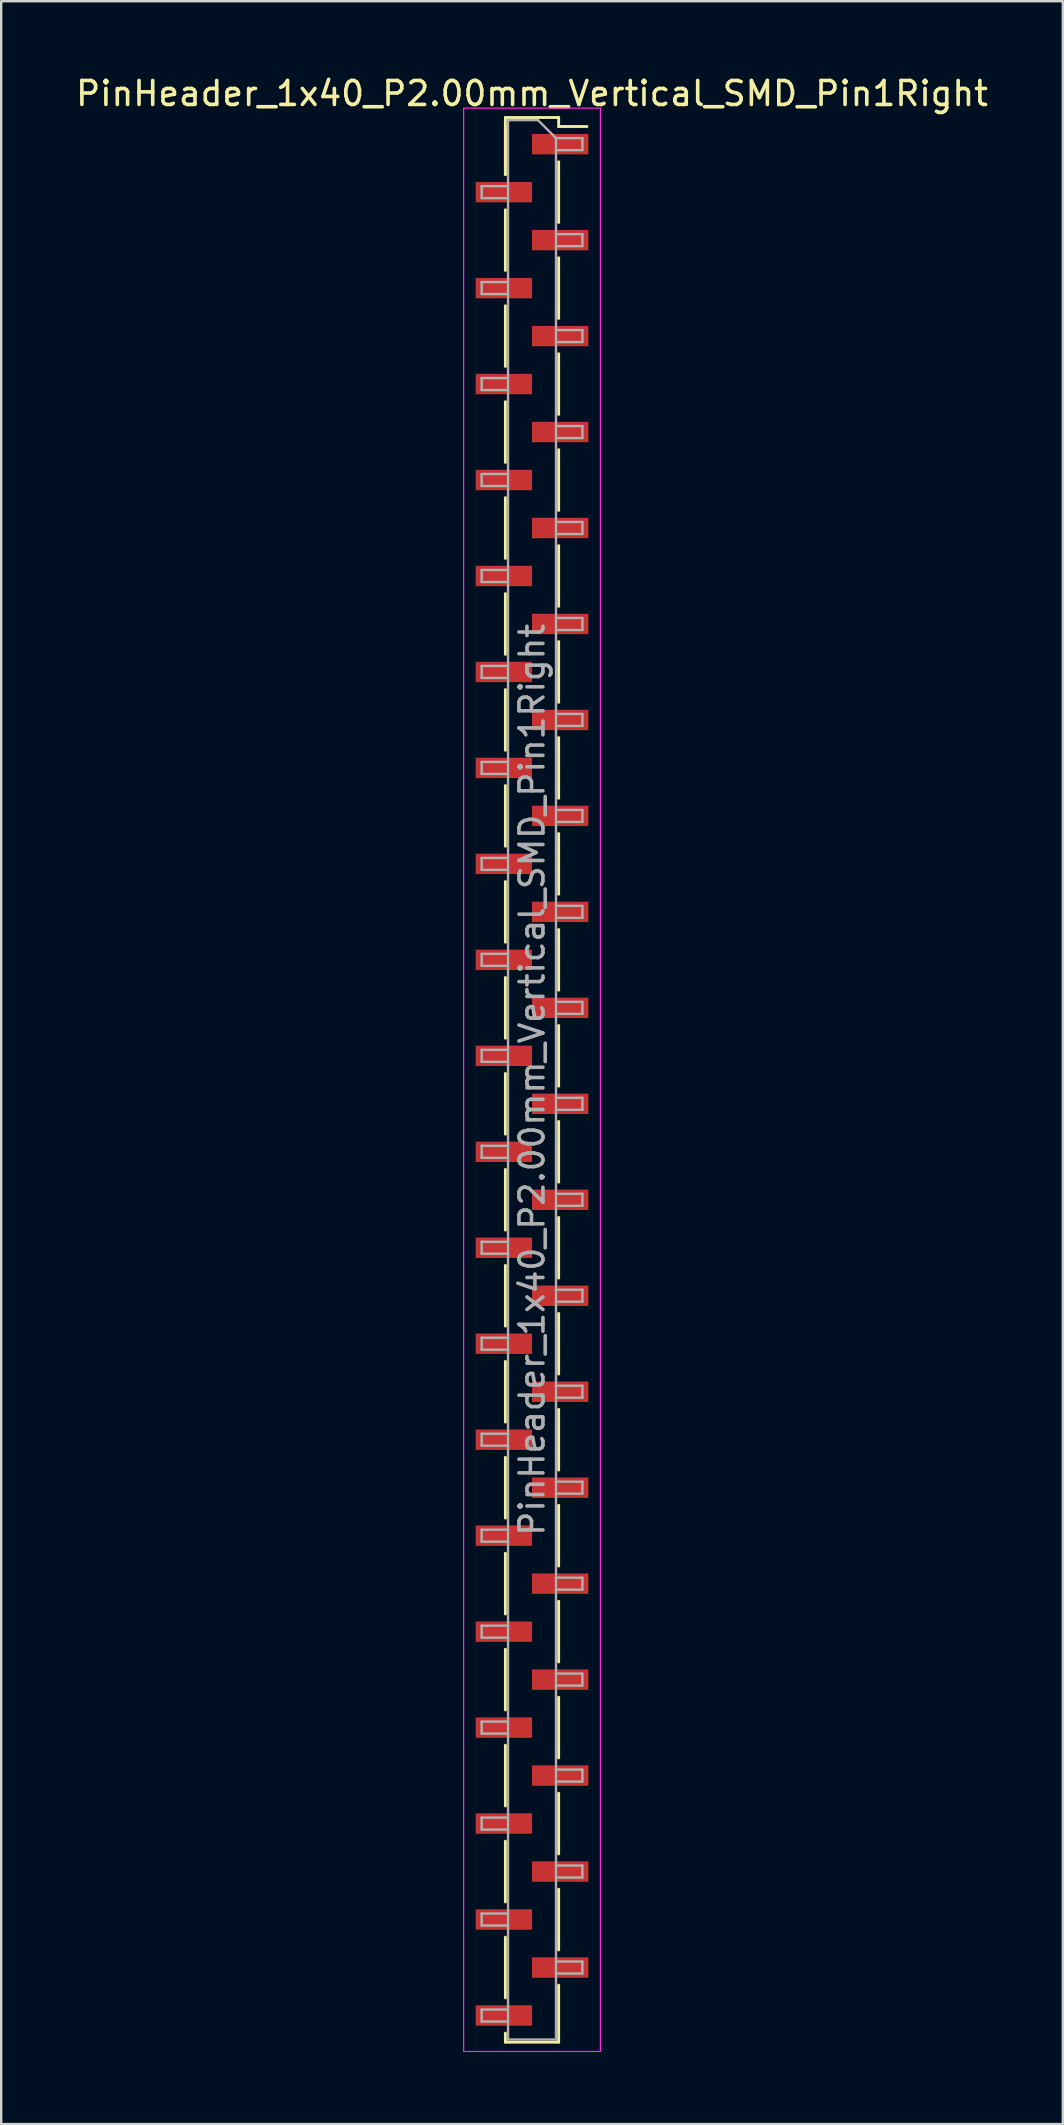
<source format=kicad_pcb>
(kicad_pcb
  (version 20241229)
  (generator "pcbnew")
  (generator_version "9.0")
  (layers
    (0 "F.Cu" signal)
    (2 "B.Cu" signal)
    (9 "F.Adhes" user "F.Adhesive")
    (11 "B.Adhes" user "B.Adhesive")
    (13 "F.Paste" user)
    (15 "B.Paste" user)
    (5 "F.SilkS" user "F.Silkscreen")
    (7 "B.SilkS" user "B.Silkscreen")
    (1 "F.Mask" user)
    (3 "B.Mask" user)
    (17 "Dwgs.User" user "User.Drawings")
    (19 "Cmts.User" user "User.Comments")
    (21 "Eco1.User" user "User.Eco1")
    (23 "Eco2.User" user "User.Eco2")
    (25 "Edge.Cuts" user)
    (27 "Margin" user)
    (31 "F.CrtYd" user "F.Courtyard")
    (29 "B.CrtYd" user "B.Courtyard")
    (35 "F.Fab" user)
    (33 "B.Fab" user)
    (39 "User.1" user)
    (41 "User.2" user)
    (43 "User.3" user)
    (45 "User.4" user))
  (footprint "PinHeader_1x40_P2.00mm_Vertical_SMD_Pin1Right"
    (layer "F.Cu")
    (at 19.125 41.958)
    (property "Reference" "PinHeader_1x40_P2.00mm_Vertical_SMD_Pin1Right" (at 0 -41.11 0) (layer "F.SilkS") (effects (font (size 1 1) (thickness 0.15))))
    (attr smd)
    (fp_line (start -1.11 -40.11) (end -1.11 -37.735) (stroke (width 0.12) (type solid)) (layer "F.SilkS"))
    (fp_line (start -1.11 -40.11) (end 1.11 -40.11) (stroke (width 0.12) (type solid)) (layer "F.SilkS"))
    (fp_line (start -1.11 -39.735) (end -1.11 -37.735) (stroke (width 0.12) (type solid)) (layer "F.SilkS"))
    (fp_line (start -1.11 -36.265) (end -1.11 -33.735) (stroke (width 0.12) (type solid)) (layer "F.SilkS"))
    (fp_line (start -1.11 -32.265) (end -1.11 -29.735) (stroke (width 0.12) (type solid)) (layer "F.SilkS"))
    (fp_line (start -1.11 -28.265) (end -1.11 -25.735) (stroke (width 0.12) (type solid)) (layer "F.SilkS"))
    (fp_line (start -1.11 -24.265) (end -1.11 -21.735) (stroke (width 0.12) (type solid)) (layer "F.SilkS"))
    (fp_line (start -1.11 -20.265) (end -1.11 -17.735) (stroke (width 0.12) (type solid)) (layer "F.SilkS"))
    (fp_line (start -1.11 -16.265) (end -1.11 -13.735) (stroke (width 0.12) (type solid)) (layer "F.SilkS"))
    (fp_line (start -1.11 -12.265) (end -1.11 -9.735) (stroke (width 0.12) (type solid)) (layer "F.SilkS"))
    (fp_line (start -1.11 -8.265) (end -1.11 -5.735) (stroke (width 0.12) (type solid)) (layer "F.SilkS"))
    (fp_line (start -1.11 -4.265) (end -1.11 -1.735) (stroke (width 0.12) (type solid)) (layer "F.SilkS"))
    (fp_line (start -1.11 -0.265) (end -1.11 2.265) (stroke (width 0.12) (type solid)) (layer "F.SilkS"))
    (fp_line (start -1.11 3.735) (end -1.11 6.265) (stroke (width 0.12) (type solid)) (layer "F.SilkS"))
    (fp_line (start -1.11 7.735) (end -1.11 10.265) (stroke (width 0.12) (type solid)) (layer "F.SilkS"))
    (fp_line (start -1.11 11.735) (end -1.11 14.265) (stroke (width 0.12) (type solid)) (layer "F.SilkS"))
    (fp_line (start -1.11 15.735) (end -1.11 18.265) (stroke (width 0.12) (type solid)) (layer "F.SilkS"))
    (fp_line (start -1.11 19.735) (end -1.11 22.265) (stroke (width 0.12) (type solid)) (layer "F.SilkS"))
    (fp_line (start -1.11 23.735) (end -1.11 26.265) (stroke (width 0.12) (type solid)) (layer "F.SilkS"))
    (fp_line (start -1.11 27.735) (end -1.11 30.265) (stroke (width 0.12) (type solid)) (layer "F.SilkS"))
    (fp_line (start -1.11 31.735) (end -1.11 34.265) (stroke (width 0.12) (type solid)) (layer "F.SilkS"))
    (fp_line (start -1.11 35.735) (end -1.11 38.265) (stroke (width 0.12) (type solid)) (layer "F.SilkS"))
    (fp_line (start -1.11 39.735) (end -1.11 40.11) (stroke (width 0.12) (type solid)) (layer "F.SilkS"))
    (fp_line (start -1.11 40.11) (end 1.11 40.11) (stroke (width 0.12) (type solid)) (layer "F.SilkS"))
    (fp_line (start 1.11 -40.11) (end 1.11 -39.735) (stroke (width 0.12) (type solid)) (layer "F.SilkS"))
    (fp_line (start 1.11 -39.735) (end 2.29 -39.735) (stroke (width 0.12) (type solid)) (layer "F.SilkS"))
    (fp_line (start 1.11 -38.265) (end 1.11 -35.735) (stroke (width 0.12) (type solid)) (layer "F.SilkS"))
    (fp_line (start 1.11 -34.265) (end 1.11 -31.735) (stroke (width 0.12) (type solid)) (layer "F.SilkS"))
    (fp_line (start 1.11 -30.265) (end 1.11 -27.735) (stroke (width 0.12) (type solid)) (layer "F.SilkS"))
    (fp_line (start 1.11 -26.265) (end 1.11 -23.735) (stroke (width 0.12) (type solid)) (layer "F.SilkS"))
    (fp_line (start 1.11 -22.265) (end 1.11 -19.735) (stroke (width 0.12) (type solid)) (layer "F.SilkS"))
    (fp_line (start 1.11 -18.265) (end 1.11 -15.735) (stroke (width 0.12) (type solid)) (layer "F.SilkS"))
    (fp_line (start 1.11 -14.265) (end 1.11 -11.735) (stroke (width 0.12) (type solid)) (layer "F.SilkS"))
    (fp_line (start 1.11 -10.265) (end 1.11 -7.735) (stroke (width 0.12) (type solid)) (layer "F.SilkS"))
    (fp_line (start 1.11 -6.265) (end 1.11 -3.735) (stroke (width 0.12) (type solid)) (layer "F.SilkS"))
    (fp_line (start 1.11 -2.265) (end 1.11 0.265) (stroke (width 0.12) (type solid)) (layer "F.SilkS"))
    (fp_line (start 1.11 1.735) (end 1.11 4.265) (stroke (width 0.12) (type solid)) (layer "F.SilkS"))
    (fp_line (start 1.11 5.735) (end 1.11 8.265) (stroke (width 0.12) (type solid)) (layer "F.SilkS"))
    (fp_line (start 1.11 9.735) (end 1.11 12.265) (stroke (width 0.12) (type solid)) (layer "F.SilkS"))
    (fp_line (start 1.11 13.735) (end 1.11 16.265) (stroke (width 0.12) (type solid)) (layer "F.SilkS"))
    (fp_line (start 1.11 17.735) (end 1.11 20.265) (stroke (width 0.12) (type solid)) (layer "F.SilkS"))
    (fp_line (start 1.11 21.735) (end 1.11 24.265) (stroke (width 0.12) (type solid)) (layer "F.SilkS"))
    (fp_line (start 1.11 25.735) (end 1.11 28.265) (stroke (width 0.12) (type solid)) (layer "F.SilkS"))
    (fp_line (start 1.11 29.735) (end 1.11 32.265) (stroke (width 0.12) (type solid)) (layer "F.SilkS"))
    (fp_line (start 1.11 33.735) (end 1.11 36.265) (stroke (width 0.12) (type solid)) (layer "F.SilkS"))
    (fp_line (start 1.11 37.735) (end 1.11 40.11) (stroke (width 0.12) (type solid)) (layer "F.SilkS"))
    (fp_line (start -2.85 -40.5) (end -2.85 40.5) (stroke (width 0.05) (type solid)) (layer "F.CrtYd"))
    (fp_line (start -2.85 40.5) (end 2.85 40.5) (stroke (width 0.05) (type solid)) (layer "F.CrtYd"))
    (fp_line (start 2.85 -40.5) (end -2.85 -40.5) (stroke (width 0.05) (type solid)) (layer "F.CrtYd"))
    (fp_line (start 2.85 40.5) (end 2.85 -40.5) (stroke (width 0.05) (type solid)) (layer "F.CrtYd"))
    (fp_line (start -2.1 -37.25) (end -2.1 -36.75) (stroke (width 0.1) (type solid)) (layer "F.Fab"))
    (fp_line (start -2.1 -36.75) (end -1 -36.75) (stroke (width 0.1) (type solid)) (layer "F.Fab"))
    (fp_line (start -2.1 -33.25) (end -2.1 -32.75) (stroke (width 0.1) (type solid)) (layer "F.Fab"))
    (fp_line (start -2.1 -32.75) (end -1 -32.75) (stroke (width 0.1) (type solid)) (layer "F.Fab"))
    (fp_line (start -2.1 -29.25) (end -2.1 -28.75) (stroke (width 0.1) (type solid)) (layer "F.Fab"))
    (fp_line (start -2.1 -28.75) (end -1 -28.75) (stroke (width 0.1) (type solid)) (layer "F.Fab"))
    (fp_line (start -2.1 -25.25) (end -2.1 -24.75) (stroke (width 0.1) (type solid)) (layer "F.Fab"))
    (fp_line (start -2.1 -24.75) (end -1 -24.75) (stroke (width 0.1) (type solid)) (layer "F.Fab"))
    (fp_line (start -2.1 -21.25) (end -2.1 -20.75) (stroke (width 0.1) (type solid)) (layer "F.Fab"))
    (fp_line (start -2.1 -20.75) (end -1 -20.75) (stroke (width 0.1) (type solid)) (layer "F.Fab"))
    (fp_line (start -2.1 -17.25) (end -2.1 -16.75) (stroke (width 0.1) (type solid)) (layer "F.Fab"))
    (fp_line (start -2.1 -16.75) (end -1 -16.75) (stroke (width 0.1) (type solid)) (layer "F.Fab"))
    (fp_line (start -2.1 -13.25) (end -2.1 -12.75) (stroke (width 0.1) (type solid)) (layer "F.Fab"))
    (fp_line (start -2.1 -12.75) (end -1 -12.75) (stroke (width 0.1) (type solid)) (layer "F.Fab"))
    (fp_line (start -2.1 -9.25) (end -2.1 -8.75) (stroke (width 0.1) (type solid)) (layer "F.Fab"))
    (fp_line (start -2.1 -8.75) (end -1 -8.75) (stroke (width 0.1) (type solid)) (layer "F.Fab"))
    (fp_line (start -2.1 -5.25) (end -2.1 -4.75) (stroke (width 0.1) (type solid)) (layer "F.Fab"))
    (fp_line (start -2.1 -4.75) (end -1 -4.75) (stroke (width 0.1) (type solid)) (layer "F.Fab"))
    (fp_line (start -2.1 -1.25) (end -2.1 -0.75) (stroke (width 0.1) (type solid)) (layer "F.Fab"))
    (fp_line (start -2.1 -0.75) (end -1 -0.75) (stroke (width 0.1) (type solid)) (layer "F.Fab"))
    (fp_line (start -2.1 2.75) (end -2.1 3.25) (stroke (width 0.1) (type solid)) (layer "F.Fab"))
    (fp_line (start -2.1 3.25) (end -1 3.25) (stroke (width 0.1) (type solid)) (layer "F.Fab"))
    (fp_line (start -2.1 6.75) (end -2.1 7.25) (stroke (width 0.1) (type solid)) (layer "F.Fab"))
    (fp_line (start -2.1 7.25) (end -1 7.25) (stroke (width 0.1) (type solid)) (layer "F.Fab"))
    (fp_line (start -2.1 10.75) (end -2.1 11.25) (stroke (width 0.1) (type solid)) (layer "F.Fab"))
    (fp_line (start -2.1 11.25) (end -1 11.25) (stroke (width 0.1) (type solid)) (layer "F.Fab"))
    (fp_line (start -2.1 14.75) (end -2.1 15.25) (stroke (width 0.1) (type solid)) (layer "F.Fab"))
    (fp_line (start -2.1 15.25) (end -1 15.25) (stroke (width 0.1) (type solid)) (layer "F.Fab"))
    (fp_line (start -2.1 18.75) (end -2.1 19.25) (stroke (width 0.1) (type solid)) (layer "F.Fab"))
    (fp_line (start -2.1 19.25) (end -1 19.25) (stroke (width 0.1) (type solid)) (layer "F.Fab"))
    (fp_line (start -2.1 22.75) (end -2.1 23.25) (stroke (width 0.1) (type solid)) (layer "F.Fab"))
    (fp_line (start -2.1 23.25) (end -1 23.25) (stroke (width 0.1) (type solid)) (layer "F.Fab"))
    (fp_line (start -2.1 26.75) (end -2.1 27.25) (stroke (width 0.1) (type solid)) (layer "F.Fab"))
    (fp_line (start -2.1 27.25) (end -1 27.25) (stroke (width 0.1) (type solid)) (layer "F.Fab"))
    (fp_line (start -2.1 30.75) (end -2.1 31.25) (stroke (width 0.1) (type solid)) (layer "F.Fab"))
    (fp_line (start -2.1 31.25) (end -1 31.25) (stroke (width 0.1) (type solid)) (layer "F.Fab"))
    (fp_line (start -2.1 34.75) (end -2.1 35.25) (stroke (width 0.1) (type solid)) (layer "F.Fab"))
    (fp_line (start -2.1 35.25) (end -1 35.25) (stroke (width 0.1) (type solid)) (layer "F.Fab"))
    (fp_line (start -2.1 38.75) (end -2.1 39.25) (stroke (width 0.1) (type solid)) (layer "F.Fab"))
    (fp_line (start -2.1 39.25) (end -1 39.25) (stroke (width 0.1) (type solid)) (layer "F.Fab"))
    (fp_line (start -1 -40) (end -1 40) (stroke (width 0.1) (type solid)) (layer "F.Fab"))
    (fp_line (start -1 -40) (end 0.25 -40) (stroke (width 0.1) (type solid)) (layer "F.Fab"))
    (fp_line (start -1 -37.25) (end -2.1 -37.25) (stroke (width 0.1) (type solid)) (layer "F.Fab"))
    (fp_line (start -1 -33.25) (end -2.1 -33.25) (stroke (width 0.1) (type solid)) (layer "F.Fab"))
    (fp_line (start -1 -29.25) (end -2.1 -29.25) (stroke (width 0.1) (type solid)) (layer "F.Fab"))
    (fp_line (start -1 -25.25) (end -2.1 -25.25) (stroke (width 0.1) (type solid)) (layer "F.Fab"))
    (fp_line (start -1 -21.25) (end -2.1 -21.25) (stroke (width 0.1) (type solid)) (layer "F.Fab"))
    (fp_line (start -1 -17.25) (end -2.1 -17.25) (stroke (width 0.1) (type solid)) (layer "F.Fab"))
    (fp_line (start -1 -13.25) (end -2.1 -13.25) (stroke (width 0.1) (type solid)) (layer "F.Fab"))
    (fp_line (start -1 -9.25) (end -2.1 -9.25) (stroke (width 0.1) (type solid)) (layer "F.Fab"))
    (fp_line (start -1 -5.25) (end -2.1 -5.25) (stroke (width 0.1) (type solid)) (layer "F.Fab"))
    (fp_line (start -1 -1.25) (end -2.1 -1.25) (stroke (width 0.1) (type solid)) (layer "F.Fab"))
    (fp_line (start -1 2.75) (end -2.1 2.75) (stroke (width 0.1) (type solid)) (layer "F.Fab"))
    (fp_line (start -1 6.75) (end -2.1 6.75) (stroke (width 0.1) (type solid)) (layer "F.Fab"))
    (fp_line (start -1 10.75) (end -2.1 10.75) (stroke (width 0.1) (type solid)) (layer "F.Fab"))
    (fp_line (start -1 14.75) (end -2.1 14.75) (stroke (width 0.1) (type solid)) (layer "F.Fab"))
    (fp_line (start -1 18.75) (end -2.1 18.75) (stroke (width 0.1) (type solid)) (layer "F.Fab"))
    (fp_line (start -1 22.75) (end -2.1 22.75) (stroke (width 0.1) (type solid)) (layer "F.Fab"))
    (fp_line (start -1 26.75) (end -2.1 26.75) (stroke (width 0.1) (type solid)) (layer "F.Fab"))
    (fp_line (start -1 30.75) (end -2.1 30.75) (stroke (width 0.1) (type solid)) (layer "F.Fab"))
    (fp_line (start -1 34.75) (end -2.1 34.75) (stroke (width 0.1) (type solid)) (layer "F.Fab"))
    (fp_line (start -1 38.75) (end -2.1 38.75) (stroke (width 0.1) (type solid)) (layer "F.Fab"))
    (fp_line (start 1 -39.25) (end 0.25 -40) (stroke (width 0.1) (type solid)) (layer "F.Fab"))
    (fp_line (start 1 -39.25) (end 2.1 -39.25) (stroke (width 0.1) (type solid)) (layer "F.Fab"))
    (fp_line (start 1 -35.25) (end 2.1 -35.25) (stroke (width 0.1) (type solid)) (layer "F.Fab"))
    (fp_line (start 1 -31.25) (end 2.1 -31.25) (stroke (width 0.1) (type solid)) (layer "F.Fab"))
    (fp_line (start 1 -27.25) (end 2.1 -27.25) (stroke (width 0.1) (type solid)) (layer "F.Fab"))
    (fp_line (start 1 -23.25) (end 2.1 -23.25) (stroke (width 0.1) (type solid)) (layer "F.Fab"))
    (fp_line (start 1 -19.25) (end 2.1 -19.25) (stroke (width 0.1) (type solid)) (layer "F.Fab"))
    (fp_line (start 1 -15.25) (end 2.1 -15.25) (stroke (width 0.1) (type solid)) (layer "F.Fab"))
    (fp_line (start 1 -11.25) (end 2.1 -11.25) (stroke (width 0.1) (type solid)) (layer "F.Fab"))
    (fp_line (start 1 -7.25) (end 2.1 -7.25) (stroke (width 0.1) (type solid)) (layer "F.Fab"))
    (fp_line (start 1 -3.25) (end 2.1 -3.25) (stroke (width 0.1) (type solid)) (layer "F.Fab"))
    (fp_line (start 1 0.75) (end 2.1 0.75) (stroke (width 0.1) (type solid)) (layer "F.Fab"))
    (fp_line (start 1 4.75) (end 2.1 4.75) (stroke (width 0.1) (type solid)) (layer "F.Fab"))
    (fp_line (start 1 8.75) (end 2.1 8.75) (stroke (width 0.1) (type solid)) (layer "F.Fab"))
    (fp_line (start 1 12.75) (end 2.1 12.75) (stroke (width 0.1) (type solid)) (layer "F.Fab"))
    (fp_line (start 1 16.75) (end 2.1 16.75) (stroke (width 0.1) (type solid)) (layer "F.Fab"))
    (fp_line (start 1 20.75) (end 2.1 20.75) (stroke (width 0.1) (type solid)) (layer "F.Fab"))
    (fp_line (start 1 24.75) (end 2.1 24.75) (stroke (width 0.1) (type solid)) (layer "F.Fab"))
    (fp_line (start 1 28.75) (end 2.1 28.75) (stroke (width 0.1) (type solid)) (layer "F.Fab"))
    (fp_line (start 1 32.75) (end 2.1 32.75) (stroke (width 0.1) (type solid)) (layer "F.Fab"))
    (fp_line (start 1 36.75) (end 2.1 36.75) (stroke (width 0.1) (type solid)) (layer "F.Fab"))
    (fp_line (start 1 40) (end -1 40) (stroke (width 0.1) (type solid)) (layer "F.Fab"))
    (fp_line (start 1 40) (end 1 -39.25) (stroke (width 0.1) (type solid)) (layer "F.Fab"))
    (fp_line (start 2.1 -39.25) (end 2.1 -38.75) (stroke (width 0.1) (type solid)) (layer "F.Fab"))
    (fp_line (start 2.1 -38.75) (end 1 -38.75) (stroke (width 0.1) (type solid)) (layer "F.Fab"))
    (fp_line (start 2.1 -35.25) (end 2.1 -34.75) (stroke (width 0.1) (type solid)) (layer "F.Fab"))
    (fp_line (start 2.1 -34.75) (end 1 -34.75) (stroke (width 0.1) (type solid)) (layer "F.Fab"))
    (fp_line (start 2.1 -31.25) (end 2.1 -30.75) (stroke (width 0.1) (type solid)) (layer "F.Fab"))
    (fp_line (start 2.1 -30.75) (end 1 -30.75) (stroke (width 0.1) (type solid)) (layer "F.Fab"))
    (fp_line (start 2.1 -27.25) (end 2.1 -26.75) (stroke (width 0.1) (type solid)) (layer "F.Fab"))
    (fp_line (start 2.1 -26.75) (end 1 -26.75) (stroke (width 0.1) (type solid)) (layer "F.Fab"))
    (fp_line (start 2.1 -23.25) (end 2.1 -22.75) (stroke (width 0.1) (type solid)) (layer "F.Fab"))
    (fp_line (start 2.1 -22.75) (end 1 -22.75) (stroke (width 0.1) (type solid)) (layer "F.Fab"))
    (fp_line (start 2.1 -19.25) (end 2.1 -18.75) (stroke (width 0.1) (type solid)) (layer "F.Fab"))
    (fp_line (start 2.1 -18.75) (end 1 -18.75) (stroke (width 0.1) (type solid)) (layer "F.Fab"))
    (fp_line (start 2.1 -15.25) (end 2.1 -14.75) (stroke (width 0.1) (type solid)) (layer "F.Fab"))
    (fp_line (start 2.1 -14.75) (end 1 -14.75) (stroke (width 0.1) (type solid)) (layer "F.Fab"))
    (fp_line (start 2.1 -11.25) (end 2.1 -10.75) (stroke (width 0.1) (type solid)) (layer "F.Fab"))
    (fp_line (start 2.1 -10.75) (end 1 -10.75) (stroke (width 0.1) (type solid)) (layer "F.Fab"))
    (fp_line (start 2.1 -7.25) (end 2.1 -6.75) (stroke (width 0.1) (type solid)) (layer "F.Fab"))
    (fp_line (start 2.1 -6.75) (end 1 -6.75) (stroke (width 0.1) (type solid)) (layer "F.Fab"))
    (fp_line (start 2.1 -3.25) (end 2.1 -2.75) (stroke (width 0.1) (type solid)) (layer "F.Fab"))
    (fp_line (start 2.1 -2.75) (end 1 -2.75) (stroke (width 0.1) (type solid)) (layer "F.Fab"))
    (fp_line (start 2.1 0.75) (end 2.1 1.25) (stroke (width 0.1) (type solid)) (layer "F.Fab"))
    (fp_line (start 2.1 1.25) (end 1 1.25) (stroke (width 0.1) (type solid)) (layer "F.Fab"))
    (fp_line (start 2.1 4.75) (end 2.1 5.25) (stroke (width 0.1) (type solid)) (layer "F.Fab"))
    (fp_line (start 2.1 5.25) (end 1 5.25) (stroke (width 0.1) (type solid)) (layer "F.Fab"))
    (fp_line (start 2.1 8.75) (end 2.1 9.25) (stroke (width 0.1) (type solid)) (layer "F.Fab"))
    (fp_line (start 2.1 9.25) (end 1 9.25) (stroke (width 0.1) (type solid)) (layer "F.Fab"))
    (fp_line (start 2.1 12.75) (end 2.1 13.25) (stroke (width 0.1) (type solid)) (layer "F.Fab"))
    (fp_line (start 2.1 13.25) (end 1 13.25) (stroke (width 0.1) (type solid)) (layer "F.Fab"))
    (fp_line (start 2.1 16.75) (end 2.1 17.25) (stroke (width 0.1) (type solid)) (layer "F.Fab"))
    (fp_line (start 2.1 17.25) (end 1 17.25) (stroke (width 0.1) (type solid)) (layer "F.Fab"))
    (fp_line (start 2.1 20.75) (end 2.1 21.25) (stroke (width 0.1) (type solid)) (layer "F.Fab"))
    (fp_line (start 2.1 21.25) (end 1 21.25) (stroke (width 0.1) (type solid)) (layer "F.Fab"))
    (fp_line (start 2.1 24.75) (end 2.1 25.25) (stroke (width 0.1) (type solid)) (layer "F.Fab"))
    (fp_line (start 2.1 25.25) (end 1 25.25) (stroke (width 0.1) (type solid)) (layer "F.Fab"))
    (fp_line (start 2.1 28.75) (end 2.1 29.25) (stroke (width 0.1) (type solid)) (layer "F.Fab"))
    (fp_line (start 2.1 29.25) (end 1 29.25) (stroke (width 0.1) (type solid)) (layer "F.Fab"))
    (fp_line (start 2.1 32.75) (end 2.1 33.25) (stroke (width 0.1) (type solid)) (layer "F.Fab"))
    (fp_line (start 2.1 33.25) (end 1 33.25) (stroke (width 0.1) (type solid)) (layer "F.Fab"))
    (fp_line (start 2.1 36.75) (end 2.1 37.25) (stroke (width 0.1) (type solid)) (layer "F.Fab"))
    (fp_line (start 2.1 37.25) (end 1 37.25) (stroke (width 0.1) (type solid)) (layer "F.Fab"))
    (fp_text user "${REFERENCE}" (at 0 0 90) (layer "F.Fab") (effects (font (size 1 1) (thickness 0.15))))
    (pad "1" smd rect (at 1.175 -39) (size 2.35 0.85) (layers "F.Cu" "F.Mask" "F.Paste"))
    (pad "2" smd rect (at -1.175 -37) (size 2.35 0.85) (layers "F.Cu" "F.Mask" "F.Paste"))
    (pad "3" smd rect (at 1.175 -35) (size 2.35 0.85) (layers "F.Cu" "F.Mask" "F.Paste"))
    (pad "4" smd rect (at -1.175 -33) (size 2.35 0.85) (layers "F.Cu" "F.Mask" "F.Paste"))
    (pad "5" smd rect (at 1.175 -31) (size 2.35 0.85) (layers "F.Cu" "F.Mask" "F.Paste"))
    (pad "6" smd rect (at -1.175 -29) (size 2.35 0.85) (layers "F.Cu" "F.Mask" "F.Paste"))
    (pad "7" smd rect (at 1.175 -27) (size 2.35 0.85) (layers "F.Cu" "F.Mask" "F.Paste"))
    (pad "8" smd rect (at -1.175 -25) (size 2.35 0.85) (layers "F.Cu" "F.Mask" "F.Paste"))
    (pad "9" smd rect (at 1.175 -23) (size 2.35 0.85) (layers "F.Cu" "F.Mask" "F.Paste"))
    (pad "10" smd rect (at -1.175 -21) (size 2.35 0.85) (layers "F.Cu" "F.Mask" "F.Paste"))
    (pad "11" smd rect (at 1.175 -19) (size 2.35 0.85) (layers "F.Cu" "F.Mask" "F.Paste"))
    (pad "12" smd rect (at -1.175 -17) (size 2.35 0.85) (layers "F.Cu" "F.Mask" "F.Paste"))
    (pad "13" smd rect (at 1.175 -15) (size 2.35 0.85) (layers "F.Cu" "F.Mask" "F.Paste"))
    (pad "14" smd rect (at -1.175 -13) (size 2.35 0.85) (layers "F.Cu" "F.Mask" "F.Paste"))
    (pad "15" smd rect (at 1.175 -11) (size 2.35 0.85) (layers "F.Cu" "F.Mask" "F.Paste"))
    (pad "16" smd rect (at -1.175 -9) (size 2.35 0.85) (layers "F.Cu" "F.Mask" "F.Paste"))
    (pad "17" smd rect (at 1.175 -7) (size 2.35 0.85) (layers "F.Cu" "F.Mask" "F.Paste"))
    (pad "18" smd rect (at -1.175 -5) (size 2.35 0.85) (layers "F.Cu" "F.Mask" "F.Paste"))
    (pad "19" smd rect (at 1.175 -3) (size 2.35 0.85) (layers "F.Cu" "F.Mask" "F.Paste"))
    (pad "20" smd rect (at -1.175 -1) (size 2.35 0.85) (layers "F.Cu" "F.Mask" "F.Paste"))
    (pad "21" smd rect (at 1.175 1) (size 2.35 0.85) (layers "F.Cu" "F.Mask" "F.Paste"))
    (pad "22" smd rect (at -1.175 3) (size 2.35 0.85) (layers "F.Cu" "F.Mask" "F.Paste"))
    (pad "23" smd rect (at 1.175 5) (size 2.35 0.85) (layers "F.Cu" "F.Mask" "F.Paste"))
    (pad "24" smd rect (at -1.175 7) (size 2.35 0.85) (layers "F.Cu" "F.Mask" "F.Paste"))
    (pad "25" smd rect (at 1.175 9) (size 2.35 0.85) (layers "F.Cu" "F.Mask" "F.Paste"))
    (pad "26" smd rect (at -1.175 11) (size 2.35 0.85) (layers "F.Cu" "F.Mask" "F.Paste"))
    (pad "27" smd rect (at 1.175 13) (size 2.35 0.85) (layers "F.Cu" "F.Mask" "F.Paste"))
    (pad "28" smd rect (at -1.175 15) (size 2.35 0.85) (layers "F.Cu" "F.Mask" "F.Paste"))
    (pad "29" smd rect (at 1.175 17) (size 2.35 0.85) (layers "F.Cu" "F.Mask" "F.Paste"))
    (pad "30" smd rect (at -1.175 19) (size 2.35 0.85) (layers "F.Cu" "F.Mask" "F.Paste"))
    (pad "31" smd rect (at 1.175 21) (size 2.35 0.85) (layers "F.Cu" "F.Mask" "F.Paste"))
    (pad "32" smd rect (at -1.175 23) (size 2.35 0.85) (layers "F.Cu" "F.Mask" "F.Paste"))
    (pad "33" smd rect (at 1.175 25) (size 2.35 0.85) (layers "F.Cu" "F.Mask" "F.Paste"))
    (pad "34" smd rect (at -1.175 27) (size 2.35 0.85) (layers "F.Cu" "F.Mask" "F.Paste"))
    (pad "35" smd rect (at 1.175 29) (size 2.35 0.85) (layers "F.Cu" "F.Mask" "F.Paste"))
    (pad "36" smd rect (at -1.175 31) (size 2.35 0.85) (layers "F.Cu" "F.Mask" "F.Paste"))
    (pad "37" smd rect (at 1.175 33) (size 2.35 0.85) (layers "F.Cu" "F.Mask" "F.Paste"))
    (pad "38" smd rect (at -1.175 35) (size 2.35 0.85) (layers "F.Cu" "F.Mask" "F.Paste"))
    (pad "39" smd rect (at 1.175 37) (size 2.35 0.85) (layers "F.Cu" "F.Mask" "F.Paste"))
    (pad "40" smd rect (at -1.175 39) (size 2.35 0.85) (layers "F.Cu" "F.Mask" "F.Paste")))
  (gr_rect
    (start -3 -3)
    (end 41.25 85.483)
    (stroke (width 0.1) (type default))
    (fill no)
    (layer "Edge.Cuts")))
</source>
